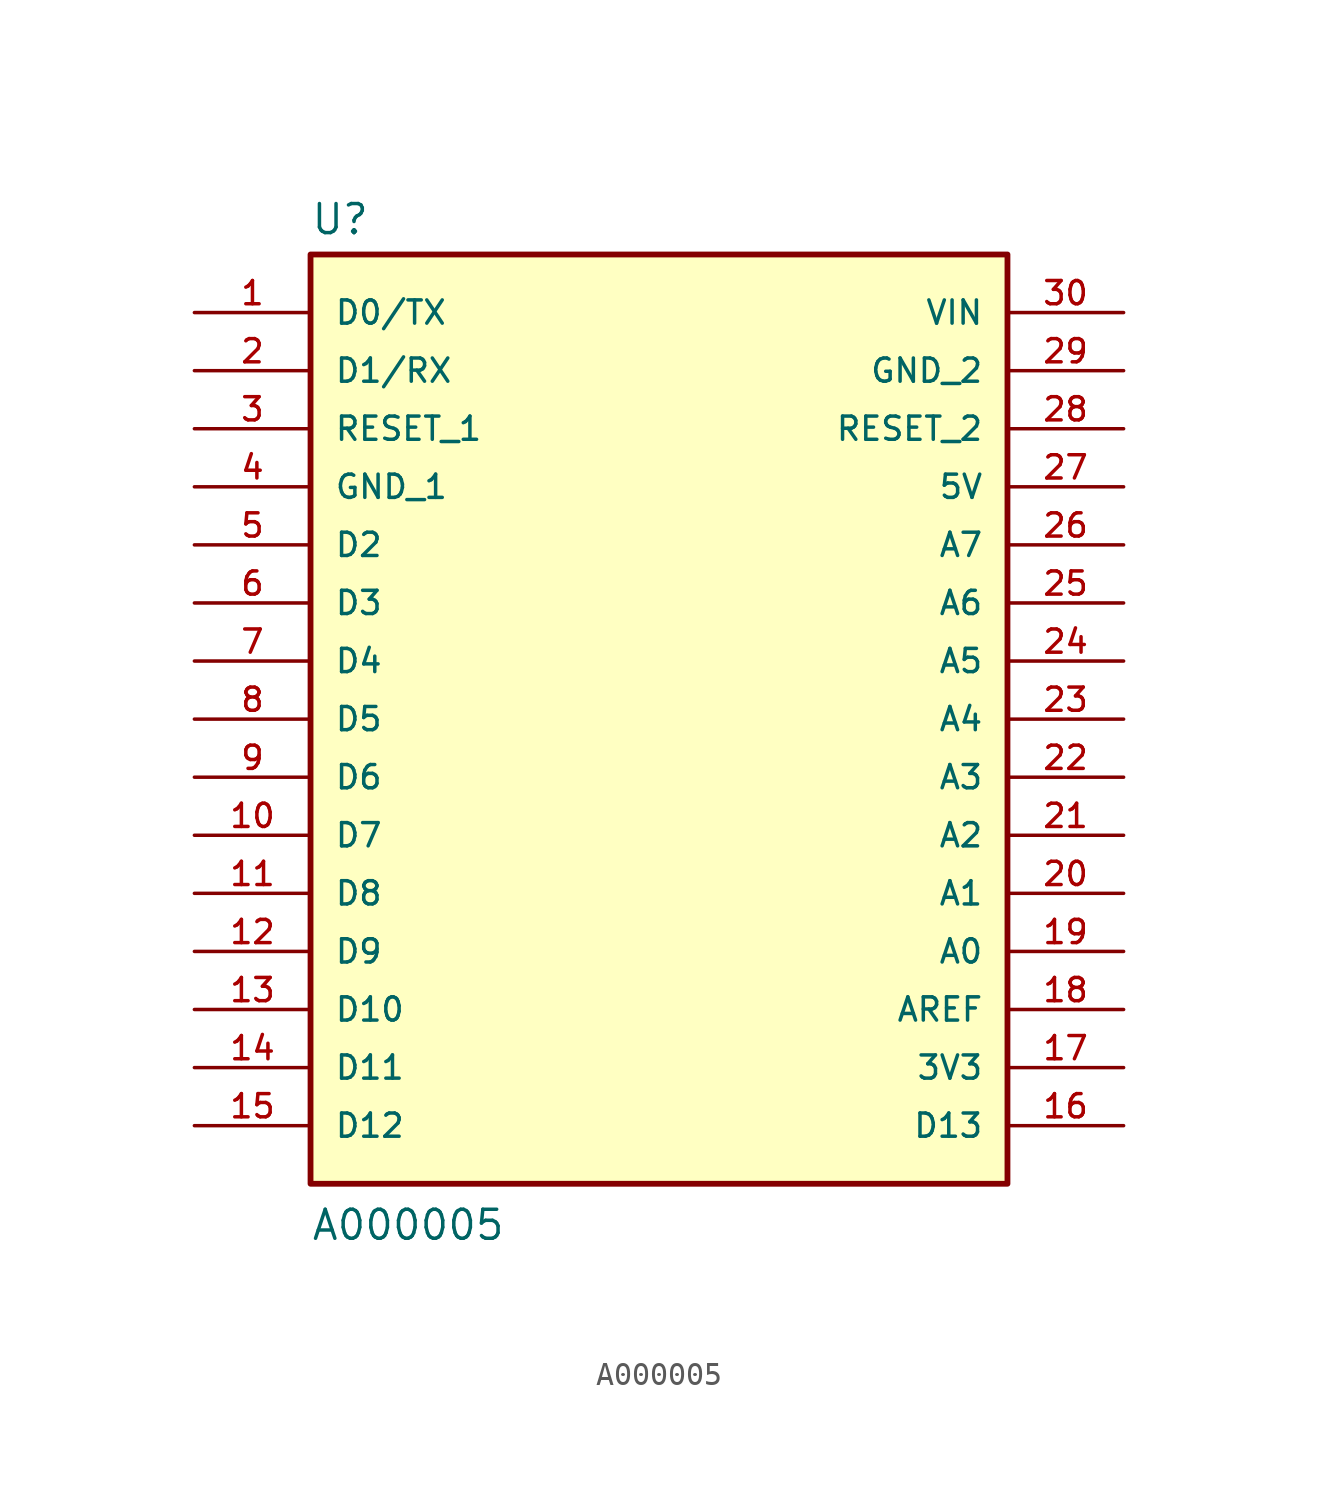
<source format=kicad_sym>
(kicad_symbol_lib
  (version 20231120)
  (generator "kicad_symbol_editor")
  (generator_version "8.0")
  (symbol "A000005"
    (pin_names
      (offset 1.016))
    (property "Reference" "U"
      (at -15.253 21.115 0)
      (effects (font (size 1.27 1.27)) (justify left bottom)))
    (property "Value" "A000005"
      (at -15.243 -22.869 0)
      (effects (font (size 1.27 1.27)) (justify left bottom)))
    (symbol "A000005_0_0"
      (rectangle (start -15.24 -20.32) (end 15.24 20.32) (stroke (width 0.254) (type default)) (fill (type background)))
      (pin bidirectional line (at -20.32 17.78 0) (length 5.08) (name "D0/TX" (effects (font (size 1.016 1.016)))) (number "1" (effects (font (size 1.016 1.016)))))
      (pin bidirectional line (at -20.32 -5.08 0) (length 5.08) (name "D7" (effects (font (size 1.016 1.016)))) (number "10" (effects (font (size 1.016 1.016)))))
      (pin bidirectional line (at -20.32 -7.62 0) (length 5.08) (name "D8" (effects (font (size 1.016 1.016)))) (number "11" (effects (font (size 1.016 1.016)))))
      (pin bidirectional line (at -20.32 -10.16 0) (length 5.08) (name "D9" (effects (font (size 1.016 1.016)))) (number "12" (effects (font (size 1.016 1.016)))))
      (pin bidirectional line (at -20.32 -12.7 0) (length 5.08) (name "D10" (effects (font (size 1.016 1.016)))) (number "13" (effects (font (size 1.016 1.016)))))
      (pin bidirectional line (at -20.32 -15.24 0) (length 5.08) (name "D11" (effects (font (size 1.016 1.016)))) (number "14" (effects (font (size 1.016 1.016)))))
      (pin bidirectional line (at -20.32 -17.78 0) (length 5.08) (name "D12" (effects (font (size 1.016 1.016)))) (number "15" (effects (font (size 1.016 1.016)))))
      (pin bidirectional line (at 20.32 -17.78 180) (length 5.08) (name "D13" (effects (font (size 1.016 1.016)))) (number "16" (effects (font (size 1.016 1.016)))))
      (pin power_in line (at 20.32 -15.24 180) (length 5.08) (name "3V3" (effects (font (size 1.016 1.016)))) (number "17" (effects (font (size 1.016 1.016)))))
      (pin input line (at 20.32 -12.7 180) (length 5.08) (name "AREF" (effects (font (size 1.016 1.016)))) (number "18" (effects (font (size 1.016 1.016)))))
      (pin input line (at 20.32 -10.16 180) (length 5.08) (name "A0" (effects (font (size 1.016 1.016)))) (number "19" (effects (font (size 1.016 1.016)))))
      (pin bidirectional line (at -20.32 15.24 0) (length 5.08) (name "D1/RX" (effects (font (size 1.016 1.016)))) (number "2" (effects (font (size 1.016 1.016)))))
      (pin input line (at 20.32 -7.62 180) (length 5.08) (name "A1" (effects (font (size 1.016 1.016)))) (number "20" (effects (font (size 1.016 1.016)))))
      (pin input line (at 20.32 -5.08 180) (length 5.08) (name "A2" (effects (font (size 1.016 1.016)))) (number "21" (effects (font (size 1.016 1.016)))))
      (pin input line (at 20.32 -2.54 180) (length 5.08) (name "A3" (effects (font (size 1.016 1.016)))) (number "22" (effects (font (size 1.016 1.016)))))
      (pin input line (at 20.32 0 180) (length 5.08) (name "A4" (effects (font (size 1.016 1.016)))) (number "23" (effects (font (size 1.016 1.016)))))
      (pin input line (at 20.32 2.54 180) (length 5.08) (name "A5" (effects (font (size 1.016 1.016)))) (number "24" (effects (font (size 1.016 1.016)))))
      (pin input line (at 20.32 5.08 180) (length 5.08) (name "A6" (effects (font (size 1.016 1.016)))) (number "25" (effects (font (size 1.016 1.016)))))
      (pin input line (at 20.32 7.62 180) (length 5.08) (name "A7" (effects (font (size 1.016 1.016)))) (number "26" (effects (font (size 1.016 1.016)))))
      (pin power_in line (at 20.32 10.16 180) (length 5.08) (name "5V" (effects (font (size 1.016 1.016)))) (number "27" (effects (font (size 1.016 1.016)))))
      (pin input line (at 20.32 12.7 180) (length 5.08) (name "RESET_2" (effects (font (size 1.016 1.016)))) (number "28" (effects (font (size 1.016 1.016)))))
      (pin power_in line (at 20.32 15.24 180) (length 5.08) (name "GND_2" (effects (font (size 1.016 1.016)))) (number "29" (effects (font (size 1.016 1.016)))))
      (pin input line (at -20.32 12.7 0) (length 5.08) (name "RESET_1" (effects (font (size 1.016 1.016)))) (number "3" (effects (font (size 1.016 1.016)))))
      (pin power_in line (at 20.32 17.78 180) (length 5.08) (name "VIN" (effects (font (size 1.016 1.016)))) (number "30" (effects (font (size 1.016 1.016)))))
      (pin power_in line (at -20.32 10.16 0) (length 5.08) (name "GND_1" (effects (font (size 1.016 1.016)))) (number "4" (effects (font (size 1.016 1.016)))))
      (pin bidirectional line (at -20.32 7.62 0) (length 5.08) (name "D2" (effects (font (size 1.016 1.016)))) (number "5" (effects (font (size 1.016 1.016)))))
      (pin bidirectional line (at -20.32 5.08 0) (length 5.08) (name "D3" (effects (font (size 1.016 1.016)))) (number "6" (effects (font (size 1.016 1.016)))))
      (pin bidirectional line (at -20.32 2.54 0) (length 5.08) (name "D4" (effects (font (size 1.016 1.016)))) (number "7" (effects (font (size 1.016 1.016)))))
      (pin bidirectional line (at -20.32 0 0) (length 5.08) (name "D5" (effects (font (size 1.016 1.016)))) (number "8" (effects (font (size 1.016 1.016)))))
      (pin bidirectional line (at -20.32 -2.54 0) (length 5.08) (name "D6" (effects (font (size 1.016 1.016)))) (number "9" (effects (font (size 1.016 1.016))))))))
</source>
